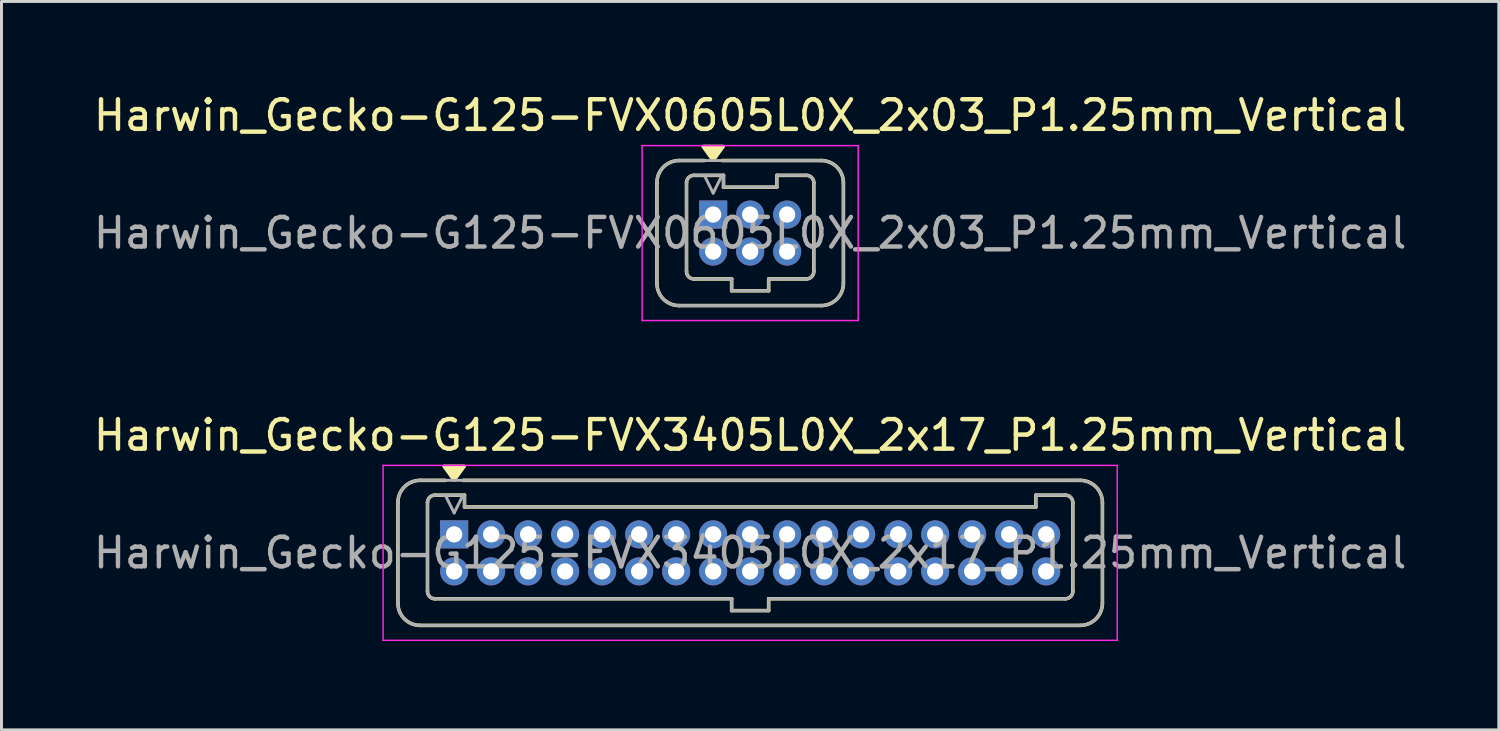
<source format=kicad_pcb>
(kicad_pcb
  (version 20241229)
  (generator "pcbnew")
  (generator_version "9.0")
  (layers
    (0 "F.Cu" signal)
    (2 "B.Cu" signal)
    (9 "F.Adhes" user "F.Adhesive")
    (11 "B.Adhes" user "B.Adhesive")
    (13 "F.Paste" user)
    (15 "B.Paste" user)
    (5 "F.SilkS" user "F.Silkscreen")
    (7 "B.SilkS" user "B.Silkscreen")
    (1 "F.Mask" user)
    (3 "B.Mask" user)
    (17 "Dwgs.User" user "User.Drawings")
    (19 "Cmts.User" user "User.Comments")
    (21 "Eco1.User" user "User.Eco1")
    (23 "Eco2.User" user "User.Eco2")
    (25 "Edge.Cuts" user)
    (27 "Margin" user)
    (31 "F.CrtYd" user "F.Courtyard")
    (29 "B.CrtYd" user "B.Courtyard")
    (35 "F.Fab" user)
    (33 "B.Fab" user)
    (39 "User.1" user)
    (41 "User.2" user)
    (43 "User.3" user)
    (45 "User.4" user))
  (footprint "Harwin_Gecko-G125-FVX3405L0X_2x17_P1.25mm_Vertical"
    (layer "F.Cu")
    (at 12.292 15.002)
    (property "Reference" "Harwin_Gecko-G125-FVX3405L0X_2x17_P1.25mm_Vertical" (at 10 -3.35 0) (layer "F.SilkS") (effects (font (size 1 1) (thickness 0.15))))
    (attr through_hole)
    (fp_line (start -1.9 -1.075) (end -1.9 2.325) (stroke (width 0.12) (type solid)) (layer "F.SilkS"))
    (fp_line (start -1.15 -1.825) (end -0.3 -1.825) (stroke (width 0.12) (type solid)) (layer "F.SilkS"))
    (fp_line (start -1.15 3.075) (end 21.15 3.075) (stroke (width 0.12) (type solid)) (layer "F.SilkS"))
    (fp_line (start -0.9 -1.075) (end -0.9 1.925) (stroke (width 0.12) (type solid)) (layer "F.SilkS"))
    (fp_line (start -0.65 -1.325) (end 0.35 -1.325) (stroke (width 0.12) (type solid)) (layer "F.SilkS"))
    (fp_line (start -0.65 2.175) (end 9.375 2.175) (stroke (width 0.12) (type solid)) (layer "F.SilkS"))
    (fp_line (start 0.3 -1.825) (end 21.15 -1.825) (stroke (width 0.12) (type solid)) (layer "F.SilkS"))
    (fp_line (start 0.35 -1.325) (end 0.35 -0.925) (stroke (width 0.12) (type solid)) (layer "F.SilkS"))
    (fp_line (start 0.35 -0.925) (end 19.65 -0.925) (stroke (width 0.12) (type solid)) (layer "F.SilkS"))
    (fp_line (start 9.375 2.175) (end 9.375 2.575) (stroke (width 0.12) (type solid)) (layer "F.SilkS"))
    (fp_line (start 9.375 2.575) (end 10.625 2.575) (stroke (width 0.12) (type solid)) (layer "F.SilkS"))
    (fp_line (start 10.625 2.175) (end 20.65 2.175) (stroke (width 0.12) (type solid)) (layer "F.SilkS"))
    (fp_line (start 10.625 2.575) (end 10.625 2.175) (stroke (width 0.12) (type solid)) (layer "F.SilkS"))
    (fp_line (start 19.65 -1.325) (end 20.65 -1.325) (stroke (width 0.12) (type solid)) (layer "F.SilkS"))
    (fp_line (start 19.65 -0.925) (end 19.65 -1.325) (stroke (width 0.12) (type solid)) (layer "F.SilkS"))
    (fp_line (start 20.9 -1.075) (end 20.9 1.925) (stroke (width 0.12) (type solid)) (layer "F.SilkS"))
    (fp_line (start 21.9 -1.075) (end 21.9 2.325) (stroke (width 0.12) (type solid)) (layer "F.SilkS"))
    (fp_arc (start -1.9 -1.075) (mid -1.68033 -1.60533) (end -1.15 -1.825) (stroke (width 0.12) (type solid)) (layer "F.SilkS"))
    (fp_arc (start -1.15 3.075) (mid -1.68033 2.85533) (end -1.9 2.325) (stroke (width 0.12) (type solid)) (layer "F.SilkS"))
    (fp_arc (start -0.9 -1.075) (mid -0.826777 -1.251777) (end -0.65 -1.325) (stroke (width 0.12) (type solid)) (layer "F.SilkS"))
    (fp_arc (start -0.65 2.175) (mid -0.826777 2.101777) (end -0.9 1.925) (stroke (width 0.12) (type solid)) (layer "F.SilkS"))
    (fp_arc (start 20.65 -1.325) (mid 20.826777 -1.251777) (end 20.9 -1.075) (stroke (width 0.12) (type solid)) (layer "F.SilkS"))
    (fp_arc (start 20.9 1.925) (mid 20.826777 2.101777) (end 20.65 2.175) (stroke (width 0.12) (type solid)) (layer "F.SilkS"))
    (fp_arc (start 21.15 -1.825) (mid 21.68033 -1.60533) (end 21.9 -1.075) (stroke (width 0.12) (type solid)) (layer "F.SilkS"))
    (fp_arc (start 21.9 2.325) (mid 21.68033 2.85533) (end 21.15 3.075) (stroke (width 0.12) (type solid)) (layer "F.SilkS"))
    (fp_poly (pts (xy 0 -1.83) (xy -0.34 -2.3) (xy 0.34 -2.3) (xy 0 -1.83)) (stroke (width 0.12) (type solid)) (fill yes) (layer "F.SilkS"))
    (fp_line (start -2.4 -2.33) (end -2.4 3.58) (stroke (width 0.05) (type solid)) (layer "F.CrtYd"))
    (fp_line (start -2.4 3.58) (end 22.4 3.58) (stroke (width 0.05) (type solid)) (layer "F.CrtYd"))
    (fp_line (start 22.4 -2.33) (end -2.4 -2.33) (stroke (width 0.05) (type solid)) (layer "F.CrtYd"))
    (fp_line (start 22.4 3.58) (end 22.4 -2.33) (stroke (width 0.05) (type solid)) (layer "F.CrtYd"))
    (fp_line (start -1.9 -1.075) (end -1.9 2.325) (stroke (width 0.1) (type solid)) (layer "F.Fab"))
    (fp_line (start -1.15 -1.825) (end 21.15 -1.825) (stroke (width 0.1) (type solid)) (layer "F.Fab"))
    (fp_line (start -1.15 3.075) (end 21.15 3.075) (stroke (width 0.1) (type solid)) (layer "F.Fab"))
    (fp_line (start -0.9 -1.075) (end -0.9 1.925) (stroke (width 0.1) (type solid)) (layer "F.Fab"))
    (fp_line (start -0.65 -1.325) (end 0.35 -1.325) (stroke (width 0.1) (type solid)) (layer "F.Fab"))
    (fp_line (start -0.65 2.175) (end 9.375 2.175) (stroke (width 0.1) (type solid)) (layer "F.Fab"))
    (fp_line (start 0 -0.725) (end -0.3 -1.325) (stroke (width 0.1) (type solid)) (layer "F.Fab"))
    (fp_line (start 0.3 -1.325) (end 0 -0.725) (stroke (width 0.1) (type solid)) (layer "F.Fab"))
    (fp_line (start 0.35 -1.325) (end 0.35 -0.925) (stroke (width 0.1) (type solid)) (layer "F.Fab"))
    (fp_line (start 0.35 -0.925) (end 19.65 -0.925) (stroke (width 0.1) (type solid)) (layer "F.Fab"))
    (fp_line (start 9.375 2.175) (end 9.375 2.575) (stroke (width 0.1) (type solid)) (layer "F.Fab"))
    (fp_line (start 9.375 2.575) (end 10.625 2.575) (stroke (width 0.1) (type solid)) (layer "F.Fab"))
    (fp_line (start 10.625 2.175) (end 20.65 2.175) (stroke (width 0.1) (type solid)) (layer "F.Fab"))
    (fp_line (start 10.625 2.575) (end 10.625 2.175) (stroke (width 0.1) (type solid)) (layer "F.Fab"))
    (fp_line (start 19.65 -1.325) (end 20.65 -1.325) (stroke (width 0.1) (type solid)) (layer "F.Fab"))
    (fp_line (start 19.65 -0.925) (end 19.65 -1.325) (stroke (width 0.1) (type solid)) (layer "F.Fab"))
    (fp_line (start 20.9 -1.075) (end 20.9 1.925) (stroke (width 0.1) (type solid)) (layer "F.Fab"))
    (fp_line (start 21.9 -1.075) (end 21.9 2.325) (stroke (width 0.1) (type solid)) (layer "F.Fab"))
    (fp_arc (start -1.9 -1.075) (mid -1.68033 -1.60533) (end -1.15 -1.825) (stroke (width 0.1) (type solid)) (layer "F.Fab"))
    (fp_arc (start -1.15 3.075) (mid -1.68033 2.85533) (end -1.9 2.325) (stroke (width 0.1) (type solid)) (layer "F.Fab"))
    (fp_arc (start -0.9 -1.075) (mid -0.826777 -1.251777) (end -0.65 -1.325) (stroke (width 0.1) (type solid)) (layer "F.Fab"))
    (fp_arc (start -0.65 2.175) (mid -0.826777 2.101777) (end -0.9 1.925) (stroke (width 0.1) (type solid)) (layer "F.Fab"))
    (fp_arc (start 20.65 -1.325) (mid 20.826777 -1.251777) (end 20.9 -1.075) (stroke (width 0.1) (type solid)) (layer "F.Fab"))
    (fp_arc (start 20.9 1.925) (mid 20.826777 2.101777) (end 20.65 2.175) (stroke (width 0.1) (type solid)) (layer "F.Fab"))
    (fp_arc (start 21.15 -1.825) (mid 21.68033 -1.60533) (end 21.9 -1.075) (stroke (width 0.1) (type solid)) (layer "F.Fab"))
    (fp_arc (start 21.9 2.325) (mid 21.68033 2.85533) (end 21.15 3.075) (stroke (width 0.1) (type solid)) (layer "F.Fab"))
    (fp_text user "${REFERENCE}" (at 10 0.625 0) (layer "F.Fab") (effects (font (size 1 1) (thickness 0.15))))
    (pad "1" thru_hole rect (at 0 0) (size 0.95 0.95) (drill 0.55) (layers "*.Cu" "*.Mask"))
    (pad "2" thru_hole circle (at 1.25 0) (size 0.95 0.95) (drill 0.55) (layers "*.Cu" "*.Mask"))
    (pad "3" thru_hole circle (at 2.5 0) (size 0.95 0.95) (drill 0.55) (layers "*.Cu" "*.Mask"))
    (pad "4" thru_hole circle (at 3.75 0) (size 0.95 0.95) (drill 0.55) (layers "*.Cu" "*.Mask"))
    (pad "5" thru_hole circle (at 5 0) (size 0.95 0.95) (drill 0.55) (layers "*.Cu" "*.Mask"))
    (pad "6" thru_hole circle (at 6.25 0) (size 0.95 0.95) (drill 0.55) (layers "*.Cu" "*.Mask"))
    (pad "7" thru_hole circle (at 7.5 0) (size 0.95 0.95) (drill 0.55) (layers "*.Cu" "*.Mask"))
    (pad "8" thru_hole circle (at 8.75 0) (size 0.95 0.95) (drill 0.55) (layers "*.Cu" "*.Mask"))
    (pad "9" thru_hole circle (at 10 0) (size 0.95 0.95) (drill 0.55) (layers "*.Cu" "*.Mask"))
    (pad "10" thru_hole circle (at 11.25 0) (size 0.95 0.95) (drill 0.55) (layers "*.Cu" "*.Mask"))
    (pad "11" thru_hole circle (at 12.5 0) (size 0.95 0.95) (drill 0.55) (layers "*.Cu" "*.Mask"))
    (pad "12" thru_hole circle (at 13.75 0) (size 0.95 0.95) (drill 0.55) (layers "*.Cu" "*.Mask"))
    (pad "13" thru_hole circle (at 15 0) (size 0.95 0.95) (drill 0.55) (layers "*.Cu" "*.Mask"))
    (pad "14" thru_hole circle (at 16.25 0) (size 0.95 0.95) (drill 0.55) (layers "*.Cu" "*.Mask"))
    (pad "15" thru_hole circle (at 17.5 0) (size 0.95 0.95) (drill 0.55) (layers "*.Cu" "*.Mask"))
    (pad "16" thru_hole circle (at 18.75 0) (size 0.95 0.95) (drill 0.55) (layers "*.Cu" "*.Mask"))
    (pad "17" thru_hole circle (at 20 0) (size 0.95 0.95) (drill 0.55) (layers "*.Cu" "*.Mask"))
    (pad "18" thru_hole circle (at 0 1.25) (size 0.95 0.95) (drill 0.55) (layers "*.Cu" "*.Mask"))
    (pad "19" thru_hole circle (at 1.25 1.25) (size 0.95 0.95) (drill 0.55) (layers "*.Cu" "*.Mask"))
    (pad "20" thru_hole circle (at 2.5 1.25) (size 0.95 0.95) (drill 0.55) (layers "*.Cu" "*.Mask"))
    (pad "21" thru_hole circle (at 3.75 1.25) (size 0.95 0.95) (drill 0.55) (layers "*.Cu" "*.Mask"))
    (pad "22" thru_hole circle (at 5 1.25) (size 0.95 0.95) (drill 0.55) (layers "*.Cu" "*.Mask"))
    (pad "23" thru_hole circle (at 6.25 1.25) (size 0.95 0.95) (drill 0.55) (layers "*.Cu" "*.Mask"))
    (pad "24" thru_hole circle (at 7.5 1.25) (size 0.95 0.95) (drill 0.55) (layers "*.Cu" "*.Mask"))
    (pad "25" thru_hole circle (at 8.75 1.25) (size 0.95 0.95) (drill 0.55) (layers "*.Cu" "*.Mask"))
    (pad "26" thru_hole circle (at 10 1.25) (size 0.95 0.95) (drill 0.55) (layers "*.Cu" "*.Mask"))
    (pad "27" thru_hole circle (at 11.25 1.25) (size 0.95 0.95) (drill 0.55) (layers "*.Cu" "*.Mask"))
    (pad "28" thru_hole circle (at 12.5 1.25) (size 0.95 0.95) (drill 0.55) (layers "*.Cu" "*.Mask"))
    (pad "29" thru_hole circle (at 13.75 1.25) (size 0.95 0.95) (drill 0.55) (layers "*.Cu" "*.Mask"))
    (pad "30" thru_hole circle (at 15 1.25) (size 0.95 0.95) (drill 0.55) (layers "*.Cu" "*.Mask"))
    (pad "31" thru_hole circle (at 16.25 1.25) (size 0.95 0.95) (drill 0.55) (layers "*.Cu" "*.Mask"))
    (pad "32" thru_hole circle (at 17.5 1.25) (size 0.95 0.95) (drill 0.55) (layers "*.Cu" "*.Mask"))
    (pad "33" thru_hole circle (at 18.75 1.25) (size 0.95 0.95) (drill 0.55) (layers "*.Cu" "*.Mask"))
    (pad "34" thru_hole circle (at 20 1.25) (size 0.95 0.95) (drill 0.55) (layers "*.Cu" "*.Mask")))
  (footprint "Harwin_Gecko-G125-FVX0605L0X_2x03_P1.25mm_Vertical"
    (layer "F.Cu")
    (at 21.042 4.198)
    (property "Reference" "Harwin_Gecko-G125-FVX0605L0X_2x03_P1.25mm_Vertical" (at 1.25 -3.35 0) (layer "F.SilkS") (effects (font (size 1 1) (thickness 0.15))))
    (attr through_hole)
    (fp_line (start -1.9 -1.075) (end -1.9 2.325) (stroke (width 0.12) (type solid)) (layer "F.SilkS"))
    (fp_line (start -1.15 -1.825) (end -0.3 -1.825) (stroke (width 0.12) (type solid)) (layer "F.SilkS"))
    (fp_line (start -1.15 3.075) (end 3.65 3.075) (stroke (width 0.12) (type solid)) (layer "F.SilkS"))
    (fp_line (start -0.9 -1.075) (end -0.9 1.925) (stroke (width 0.12) (type solid)) (layer "F.SilkS"))
    (fp_line (start -0.65 -1.325) (end 0.35 -1.325) (stroke (width 0.12) (type solid)) (layer "F.SilkS"))
    (fp_line (start -0.65 2.175) (end 0.625 2.175) (stroke (width 0.12) (type solid)) (layer "F.SilkS"))
    (fp_line (start 0.3 -1.825) (end 3.65 -1.825) (stroke (width 0.12) (type solid)) (layer "F.SilkS"))
    (fp_line (start 0.35 -1.325) (end 0.35 -0.925) (stroke (width 0.12) (type solid)) (layer "F.SilkS"))
    (fp_line (start 0.35 -0.925) (end 2.15 -0.925) (stroke (width 0.12) (type solid)) (layer "F.SilkS"))
    (fp_line (start 0.625 2.175) (end 0.625 2.575) (stroke (width 0.12) (type solid)) (layer "F.SilkS"))
    (fp_line (start 0.625 2.575) (end 1.875 2.575) (stroke (width 0.12) (type solid)) (layer "F.SilkS"))
    (fp_line (start 1.875 2.175) (end 3.15 2.175) (stroke (width 0.12) (type solid)) (layer "F.SilkS"))
    (fp_line (start 1.875 2.575) (end 1.875 2.175) (stroke (width 0.12) (type solid)) (layer "F.SilkS"))
    (fp_line (start 2.15 -1.325) (end 3.15 -1.325) (stroke (width 0.12) (type solid)) (layer "F.SilkS"))
    (fp_line (start 2.15 -0.925) (end 2.15 -1.325) (stroke (width 0.12) (type solid)) (layer "F.SilkS"))
    (fp_line (start 3.4 -1.075) (end 3.4 1.925) (stroke (width 0.12) (type solid)) (layer "F.SilkS"))
    (fp_line (start 4.4 -1.075) (end 4.4 2.325) (stroke (width 0.12) (type solid)) (layer "F.SilkS"))
    (fp_arc (start -1.9 -1.075) (mid -1.68033 -1.60533) (end -1.15 -1.825) (stroke (width 0.12) (type solid)) (layer "F.SilkS"))
    (fp_arc (start -1.15 3.075) (mid -1.68033 2.85533) (end -1.9 2.325) (stroke (width 0.12) (type solid)) (layer "F.SilkS"))
    (fp_arc (start -0.9 -1.075) (mid -0.826777 -1.251777) (end -0.65 -1.325) (stroke (width 0.12) (type solid)) (layer "F.SilkS"))
    (fp_arc (start -0.65 2.175) (mid -0.826777 2.101777) (end -0.9 1.925) (stroke (width 0.12) (type solid)) (layer "F.SilkS"))
    (fp_arc (start 3.15 -1.325) (mid 3.326777 -1.251777) (end 3.4 -1.075) (stroke (width 0.12) (type solid)) (layer "F.SilkS"))
    (fp_arc (start 3.4 1.925) (mid 3.326777 2.101777) (end 3.15 2.175) (stroke (width 0.12) (type solid)) (layer "F.SilkS"))
    (fp_arc (start 3.65 -1.825) (mid 4.18033 -1.60533) (end 4.4 -1.075) (stroke (width 0.12) (type solid)) (layer "F.SilkS"))
    (fp_arc (start 4.4 2.325) (mid 4.18033 2.85533) (end 3.65 3.075) (stroke (width 0.12) (type solid)) (layer "F.SilkS"))
    (fp_poly (pts (xy 0 -1.83) (xy -0.34 -2.3) (xy 0.34 -2.3) (xy 0 -1.83)) (stroke (width 0.12) (type solid)) (fill yes) (layer "F.SilkS"))
    (fp_line (start -2.4 -2.33) (end -2.4 3.58) (stroke (width 0.05) (type solid)) (layer "F.CrtYd"))
    (fp_line (start -2.4 3.58) (end 4.9 3.58) (stroke (width 0.05) (type solid)) (layer "F.CrtYd"))
    (fp_line (start 4.9 -2.33) (end -2.4 -2.33) (stroke (width 0.05) (type solid)) (layer "F.CrtYd"))
    (fp_line (start 4.9 3.58) (end 4.9 -2.33) (stroke (width 0.05) (type solid)) (layer "F.CrtYd"))
    (fp_line (start -1.9 -1.075) (end -1.9 2.325) (stroke (width 0.1) (type solid)) (layer "F.Fab"))
    (fp_line (start -1.15 -1.825) (end 3.65 -1.825) (stroke (width 0.1) (type solid)) (layer "F.Fab"))
    (fp_line (start -1.15 3.075) (end 3.65 3.075) (stroke (width 0.1) (type solid)) (layer "F.Fab"))
    (fp_line (start -0.9 -1.075) (end -0.9 1.925) (stroke (width 0.1) (type solid)) (layer "F.Fab"))
    (fp_line (start -0.65 -1.325) (end 0.35 -1.325) (stroke (width 0.1) (type solid)) (layer "F.Fab"))
    (fp_line (start -0.65 2.175) (end 0.625 2.175) (stroke (width 0.1) (type solid)) (layer "F.Fab"))
    (fp_line (start 0 -0.725) (end -0.3 -1.325) (stroke (width 0.1) (type solid)) (layer "F.Fab"))
    (fp_line (start 0.3 -1.325) (end 0 -0.725) (stroke (width 0.1) (type solid)) (layer "F.Fab"))
    (fp_line (start 0.35 -1.325) (end 0.35 -0.925) (stroke (width 0.1) (type solid)) (layer "F.Fab"))
    (fp_line (start 0.35 -0.925) (end 2.15 -0.925) (stroke (width 0.1) (type solid)) (layer "F.Fab"))
    (fp_line (start 0.625 2.175) (end 0.625 2.575) (stroke (width 0.1) (type solid)) (layer "F.Fab"))
    (fp_line (start 0.625 2.575) (end 1.875 2.575) (stroke (width 0.1) (type solid)) (layer "F.Fab"))
    (fp_line (start 1.875 2.175) (end 3.15 2.175) (stroke (width 0.1) (type solid)) (layer "F.Fab"))
    (fp_line (start 1.875 2.575) (end 1.875 2.175) (stroke (width 0.1) (type solid)) (layer "F.Fab"))
    (fp_line (start 2.15 -1.325) (end 3.15 -1.325) (stroke (width 0.1) (type solid)) (layer "F.Fab"))
    (fp_line (start 2.15 -0.925) (end 2.15 -1.325) (stroke (width 0.1) (type solid)) (layer "F.Fab"))
    (fp_line (start 3.4 -1.075) (end 3.4 1.925) (stroke (width 0.1) (type solid)) (layer "F.Fab"))
    (fp_line (start 4.4 -1.075) (end 4.4 2.325) (stroke (width 0.1) (type solid)) (layer "F.Fab"))
    (fp_arc (start -1.9 -1.075) (mid -1.68033 -1.60533) (end -1.15 -1.825) (stroke (width 0.1) (type solid)) (layer "F.Fab"))
    (fp_arc (start -1.15 3.075) (mid -1.68033 2.85533) (end -1.9 2.325) (stroke (width 0.1) (type solid)) (layer "F.Fab"))
    (fp_arc (start -0.9 -1.075) (mid -0.826777 -1.251777) (end -0.65 -1.325) (stroke (width 0.1) (type solid)) (layer "F.Fab"))
    (fp_arc (start -0.65 2.175) (mid -0.826777 2.101777) (end -0.9 1.925) (stroke (width 0.1) (type solid)) (layer "F.Fab"))
    (fp_arc (start 3.15 -1.325) (mid 3.326777 -1.251777) (end 3.4 -1.075) (stroke (width 0.1) (type solid)) (layer "F.Fab"))
    (fp_arc (start 3.4 1.925) (mid 3.326777 2.101777) (end 3.15 2.175) (stroke (width 0.1) (type solid)) (layer "F.Fab"))
    (fp_arc (start 3.65 -1.825) (mid 4.18033 -1.60533) (end 4.4 -1.075) (stroke (width 0.1) (type solid)) (layer "F.Fab"))
    (fp_arc (start 4.4 2.325) (mid 4.18033 2.85533) (end 3.65 3.075) (stroke (width 0.1) (type solid)) (layer "F.Fab"))
    (fp_text user "${REFERENCE}" (at 1.25 0.625 0) (layer "F.Fab") (effects (font (size 1 1) (thickness 0.15))))
    (pad "1" thru_hole rect (at 0 0) (size 0.95 0.95) (drill 0.55) (layers "*.Cu" "*.Mask"))
    (pad "2" thru_hole circle (at 1.25 0) (size 0.95 0.95) (drill 0.55) (layers "*.Cu" "*.Mask"))
    (pad "3" thru_hole circle (at 2.5 0) (size 0.95 0.95) (drill 0.55) (layers "*.Cu" "*.Mask"))
    (pad "4" thru_hole circle (at 0 1.25) (size 0.95 0.95) (drill 0.55) (layers "*.Cu" "*.Mask"))
    (pad "5" thru_hole circle (at 1.25 1.25) (size 0.95 0.95) (drill 0.55) (layers "*.Cu" "*.Mask"))
    (pad "6" thru_hole circle (at 2.5 1.25) (size 0.95 0.95) (drill 0.55) (layers "*.Cu" "*.Mask")))
  (gr_rect
    (start -3 -3)
    (end 47.583 21.607)
    (stroke (width 0.1) (type default))
    (fill no)
    (layer "Edge.Cuts")))
</source>
